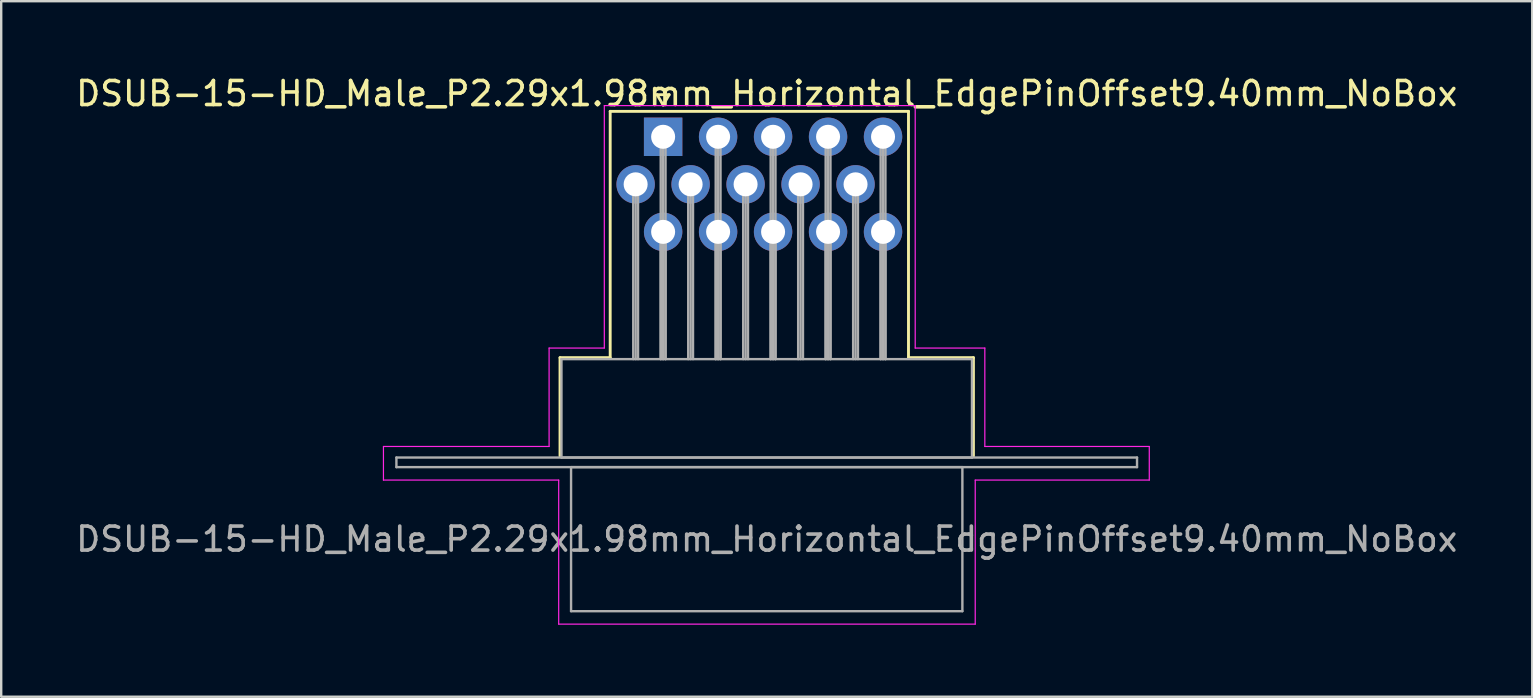
<source format=kicad_pcb>
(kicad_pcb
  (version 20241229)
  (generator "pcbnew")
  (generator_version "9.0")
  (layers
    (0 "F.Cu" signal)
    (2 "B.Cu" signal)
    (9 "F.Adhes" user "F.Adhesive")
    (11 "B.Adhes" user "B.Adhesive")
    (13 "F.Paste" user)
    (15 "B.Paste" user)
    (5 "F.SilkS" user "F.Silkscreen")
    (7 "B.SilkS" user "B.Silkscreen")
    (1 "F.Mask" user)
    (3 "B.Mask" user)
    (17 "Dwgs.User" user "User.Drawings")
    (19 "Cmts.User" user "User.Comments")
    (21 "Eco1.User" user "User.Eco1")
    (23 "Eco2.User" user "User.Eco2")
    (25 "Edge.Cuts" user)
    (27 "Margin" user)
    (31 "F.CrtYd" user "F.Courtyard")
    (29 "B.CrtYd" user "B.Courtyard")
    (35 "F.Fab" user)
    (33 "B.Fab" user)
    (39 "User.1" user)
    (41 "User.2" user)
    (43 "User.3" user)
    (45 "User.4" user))
  (footprint "DSUB-15-HD_Male_P2.29x1.98mm_Horizontal_EdgePinOffset9.40mm_NoBox"
    (layer "F.Cu")
    (at 24.572 2.648)
    (property "Reference" "DSUB-15-HD_Male_P2.29x1.98mm_Horizontal_EdgePinOffset9.40mm_NoBox" (at 4.315 -1.8 0) (layer "F.SilkS") (effects (font (size 1 1) (thickness 0.15))))
    (attr through_hole)
    (fp_line (start -4.295 9.2) (end -2.205 9.2) (stroke (width 0.12) (type solid)) (layer "F.SilkS"))
    (fp_line (start -4.295 13.3) (end -4.295 9.2) (stroke (width 0.12) (type solid)) (layer "F.SilkS"))
    (fp_line (start -2.205 -1.06) (end 10.22 -1.06) (stroke (width 0.12) (type solid)) (layer "F.SilkS"))
    (fp_line (start -2.205 9.2) (end -2.205 -1.06) (stroke (width 0.12) (type solid)) (layer "F.SilkS"))
    (fp_line (start -0.25 -1.754) (end 0.25 -1.754) (stroke (width 0.12) (type solid)) (layer "F.SilkS"))
    (fp_line (start 0 -1.321) (end -0.25 -1.754) (stroke (width 0.12) (type solid)) (layer "F.SilkS"))
    (fp_line (start 0.25 -1.754) (end 0 -1.321) (stroke (width 0.12) (type solid)) (layer "F.SilkS"))
    (fp_line (start 10.22 -1.06) (end 10.22 9.2) (stroke (width 0.12) (type solid)) (layer "F.SilkS"))
    (fp_line (start 10.22 9.2) (end 12.925 9.2) (stroke (width 0.12) (type solid)) (layer "F.SilkS"))
    (fp_line (start 12.925 9.2) (end 12.925 13.3) (stroke (width 0.12) (type solid)) (layer "F.SilkS"))
    (fp_line (start -11.65 12.9) (end -4.75 12.9) (stroke (width 0.05) (type solid)) (layer "F.CrtYd"))
    (fp_line (start -11.65 14.3) (end -11.65 12.9) (stroke (width 0.05) (type solid)) (layer "F.CrtYd"))
    (fp_line (start -4.75 8.8) (end -2.45 8.8) (stroke (width 0.05) (type solid)) (layer "F.CrtYd"))
    (fp_line (start -4.75 12.9) (end -4.75 8.8) (stroke (width 0.05) (type solid)) (layer "F.CrtYd"))
    (fp_line (start -4.35 14.3) (end -11.65 14.3) (stroke (width 0.05) (type solid)) (layer "F.CrtYd"))
    (fp_line (start -4.35 20.3) (end -4.35 14.3) (stroke (width 0.05) (type solid)) (layer "F.CrtYd"))
    (fp_line (start -2.45 -1.3) (end 10.5 -1.3) (stroke (width 0.05) (type solid)) (layer "F.CrtYd"))
    (fp_line (start -2.45 8.8) (end -2.45 -1.3) (stroke (width 0.05) (type solid)) (layer "F.CrtYd"))
    (fp_line (start 10.5 -1.3) (end 10.5 8.8) (stroke (width 0.05) (type solid)) (layer "F.CrtYd"))
    (fp_line (start 10.5 8.8) (end 13.4 8.8) (stroke (width 0.05) (type solid)) (layer "F.CrtYd"))
    (fp_line (start 13 14.3) (end 13 20.3) (stroke (width 0.05) (type solid)) (layer "F.CrtYd"))
    (fp_line (start 13 20.3) (end -4.35 20.3) (stroke (width 0.05) (type solid)) (layer "F.CrtYd"))
    (fp_line (start 13.4 8.8) (end 13.4 12.9) (stroke (width 0.05) (type solid)) (layer "F.CrtYd"))
    (fp_line (start 13.4 12.9) (end 20.25 12.9) (stroke (width 0.05) (type solid)) (layer "F.CrtYd"))
    (fp_line (start 20.25 12.9) (end 20.25 14.3) (stroke (width 0.05) (type solid)) (layer "F.CrtYd"))
    (fp_line (start 20.25 14.3) (end 13 14.3) (stroke (width 0.05) (type solid)) (layer "F.CrtYd"))
    (fp_line (start -11.11 13.36) (end -11.11 13.76) (stroke (width 0.1) (type solid)) (layer "F.Fab"))
    (fp_line (start -11.11 13.76) (end 19.74 13.76) (stroke (width 0.1) (type solid)) (layer "F.Fab"))
    (fp_line (start -4.235 9.26) (end -4.235 13.36) (stroke (width 0.1) (type solid)) (layer "F.Fab"))
    (fp_line (start -4.235 13.36) (end 12.865 13.36) (stroke (width 0.1) (type solid)) (layer "F.Fab"))
    (fp_line (start -3.835 13.76) (end -3.835 19.76) (stroke (width 0.1) (type solid)) (layer "F.Fab"))
    (fp_line (start -3.835 19.76) (end 12.465 19.76) (stroke (width 0.1) (type solid)) (layer "F.Fab"))
    (fp_line (start -1.245 1.98) (end -1.245 9.26) (stroke (width 0.1) (type solid)) (layer "F.Fab"))
    (fp_line (start -1.145 1.98) (end -1.145 9.26) (stroke (width 0.1) (type solid)) (layer "F.Fab"))
    (fp_line (start -1.045 1.98) (end -1.045 9.26) (stroke (width 0.1) (type solid)) (layer "F.Fab"))
    (fp_line (start -0.1 0) (end -0.1 9.26) (stroke (width 0.1) (type solid)) (layer "F.Fab"))
    (fp_line (start -0.1 3.96) (end -0.1 9.26) (stroke (width 0.1) (type solid)) (layer "F.Fab"))
    (fp_line (start 0 0) (end 0 9.26) (stroke (width 0.1) (type solid)) (layer "F.Fab"))
    (fp_line (start 0 3.96) (end 0 9.26) (stroke (width 0.1) (type solid)) (layer "F.Fab"))
    (fp_line (start 0.1 0) (end 0.1 9.26) (stroke (width 0.1) (type solid)) (layer "F.Fab"))
    (fp_line (start 0.1 3.96) (end 0.1 9.26) (stroke (width 0.1) (type solid)) (layer "F.Fab"))
    (fp_line (start 1.045 1.98) (end 1.045 9.26) (stroke (width 0.1) (type solid)) (layer "F.Fab"))
    (fp_line (start 1.145 1.98) (end 1.145 9.26) (stroke (width 0.1) (type solid)) (layer "F.Fab"))
    (fp_line (start 1.245 1.98) (end 1.245 9.26) (stroke (width 0.1) (type solid)) (layer "F.Fab"))
    (fp_line (start 2.19 0) (end 2.19 9.26) (stroke (width 0.1) (type solid)) (layer "F.Fab"))
    (fp_line (start 2.19 3.96) (end 2.19 9.26) (stroke (width 0.1) (type solid)) (layer "F.Fab"))
    (fp_line (start 2.29 0) (end 2.29 9.26) (stroke (width 0.1) (type solid)) (layer "F.Fab"))
    (fp_line (start 2.29 3.96) (end 2.29 9.26) (stroke (width 0.1) (type solid)) (layer "F.Fab"))
    (fp_line (start 2.39 0) (end 2.39 9.26) (stroke (width 0.1) (type solid)) (layer "F.Fab"))
    (fp_line (start 2.39 3.96) (end 2.39 9.26) (stroke (width 0.1) (type solid)) (layer "F.Fab"))
    (fp_line (start 3.335 1.98) (end 3.335 9.26) (stroke (width 0.1) (type solid)) (layer "F.Fab"))
    (fp_line (start 3.435 1.98) (end 3.435 9.26) (stroke (width 0.1) (type solid)) (layer "F.Fab"))
    (fp_line (start 3.535 1.98) (end 3.535 9.26) (stroke (width 0.1) (type solid)) (layer "F.Fab"))
    (fp_line (start 4.48 0) (end 4.48 9.26) (stroke (width 0.1) (type solid)) (layer "F.Fab"))
    (fp_line (start 4.48 3.96) (end 4.48 9.26) (stroke (width 0.1) (type solid)) (layer "F.Fab"))
    (fp_line (start 4.58 0) (end 4.58 9.26) (stroke (width 0.1) (type solid)) (layer "F.Fab"))
    (fp_line (start 4.58 3.96) (end 4.58 9.26) (stroke (width 0.1) (type solid)) (layer "F.Fab"))
    (fp_line (start 4.68 0) (end 4.68 9.26) (stroke (width 0.1) (type solid)) (layer "F.Fab"))
    (fp_line (start 4.68 3.96) (end 4.68 9.26) (stroke (width 0.1) (type solid)) (layer "F.Fab"))
    (fp_line (start 5.625 1.98) (end 5.625 9.26) (stroke (width 0.1) (type solid)) (layer "F.Fab"))
    (fp_line (start 5.725 1.98) (end 5.725 9.26) (stroke (width 0.1) (type solid)) (layer "F.Fab"))
    (fp_line (start 5.825 1.98) (end 5.825 9.26) (stroke (width 0.1) (type solid)) (layer "F.Fab"))
    (fp_line (start 6.77 0) (end 6.77 9.26) (stroke (width 0.1) (type solid)) (layer "F.Fab"))
    (fp_line (start 6.77 3.96) (end 6.77 9.26) (stroke (width 0.1) (type solid)) (layer "F.Fab"))
    (fp_line (start 6.87 0) (end 6.87 9.26) (stroke (width 0.1) (type solid)) (layer "F.Fab"))
    (fp_line (start 6.87 3.96) (end 6.87 9.26) (stroke (width 0.1) (type solid)) (layer "F.Fab"))
    (fp_line (start 6.97 0) (end 6.97 9.26) (stroke (width 0.1) (type solid)) (layer "F.Fab"))
    (fp_line (start 6.97 3.96) (end 6.97 9.26) (stroke (width 0.1) (type solid)) (layer "F.Fab"))
    (fp_line (start 7.915 1.98) (end 7.915 9.26) (stroke (width 0.1) (type solid)) (layer "F.Fab"))
    (fp_line (start 8.015 1.98) (end 8.015 9.26) (stroke (width 0.1) (type solid)) (layer "F.Fab"))
    (fp_line (start 8.115 1.98) (end 8.115 9.26) (stroke (width 0.1) (type solid)) (layer "F.Fab"))
    (fp_line (start 9.06 0) (end 9.06 9.26) (stroke (width 0.1) (type solid)) (layer "F.Fab"))
    (fp_line (start 9.06 3.96) (end 9.06 9.26) (stroke (width 0.1) (type solid)) (layer "F.Fab"))
    (fp_line (start 9.16 0) (end 9.16 9.26) (stroke (width 0.1) (type solid)) (layer "F.Fab"))
    (fp_line (start 9.16 3.96) (end 9.16 9.26) (stroke (width 0.1) (type solid)) (layer "F.Fab"))
    (fp_line (start 9.26 0) (end 9.26 9.26) (stroke (width 0.1) (type solid)) (layer "F.Fab"))
    (fp_line (start 9.26 3.96) (end 9.26 9.26) (stroke (width 0.1) (type solid)) (layer "F.Fab"))
    (fp_line (start 12.465 13.76) (end -3.835 13.76) (stroke (width 0.1) (type solid)) (layer "F.Fab"))
    (fp_line (start 12.465 19.76) (end 12.465 13.76) (stroke (width 0.1) (type solid)) (layer "F.Fab"))
    (fp_line (start 12.865 9.26) (end -4.235 9.26) (stroke (width 0.1) (type solid)) (layer "F.Fab"))
    (fp_line (start 12.865 13.36) (end 12.865 9.26) (stroke (width 0.1) (type solid)) (layer "F.Fab"))
    (fp_line (start 19.74 13.36) (end -11.11 13.36) (stroke (width 0.1) (type solid)) (layer "F.Fab"))
    (fp_line (start 19.74 13.76) (end 19.74 13.36) (stroke (width 0.1) (type solid)) (layer "F.Fab"))
    (fp_text user "${REFERENCE}" (at 4.315 16.76 0) (layer "F.Fab") (effects (font (size 1 1) (thickness 0.15))))
    (pad "1" thru_hole rect (at 0 0) (size 1.6 1.6) (drill 1) (layers "*.Cu" "*.Mask"))
    (pad "2" thru_hole circle (at 2.29 0) (size 1.6 1.6) (drill 1) (layers "*.Cu" "*.Mask"))
    (pad "3" thru_hole circle (at 4.58 0) (size 1.6 1.6) (drill 1) (layers "*.Cu" "*.Mask"))
    (pad "4" thru_hole circle (at 6.87 0) (size 1.6 1.6) (drill 1) (layers "*.Cu" "*.Mask"))
    (pad "5" thru_hole circle (at 9.16 0) (size 1.6 1.6) (drill 1) (layers "*.Cu" "*.Mask"))
    (pad "6" thru_hole circle (at -1.145 1.98) (size 1.6 1.6) (drill 1) (layers "*.Cu" "*.Mask"))
    (pad "7" thru_hole circle (at 1.145 1.98) (size 1.6 1.6) (drill 1) (layers "*.Cu" "*.Mask"))
    (pad "8" thru_hole circle (at 3.435 1.98) (size 1.6 1.6) (drill 1) (layers "*.Cu" "*.Mask"))
    (pad "9" thru_hole circle (at 5.725 1.98) (size 1.6 1.6) (drill 1) (layers "*.Cu" "*.Mask"))
    (pad "10" thru_hole circle (at 8.015 1.98) (size 1.6 1.6) (drill 1) (layers "*.Cu" "*.Mask"))
    (pad "11" thru_hole circle (at 0 3.96) (size 1.6 1.6) (drill 1) (layers "*.Cu" "*.Mask"))
    (pad "12" thru_hole circle (at 2.29 3.96) (size 1.6 1.6) (drill 1) (layers "*.Cu" "*.Mask"))
    (pad "13" thru_hole circle (at 4.58 3.96) (size 1.6 1.6) (drill 1) (layers "*.Cu" "*.Mask"))
    (pad "14" thru_hole circle (at 6.87 3.96) (size 1.6 1.6) (drill 1) (layers "*.Cu" "*.Mask"))
    (pad "15" thru_hole circle (at 9.16 3.96) (size 1.6 1.6) (drill 1) (layers "*.Cu" "*.Mask")))
  (gr_rect
    (start -3 -3)
    (end 60.774 25.973)
    (stroke (width 0.1) (type default))
    (fill no)
    (layer "Edge.Cuts")))
</source>
